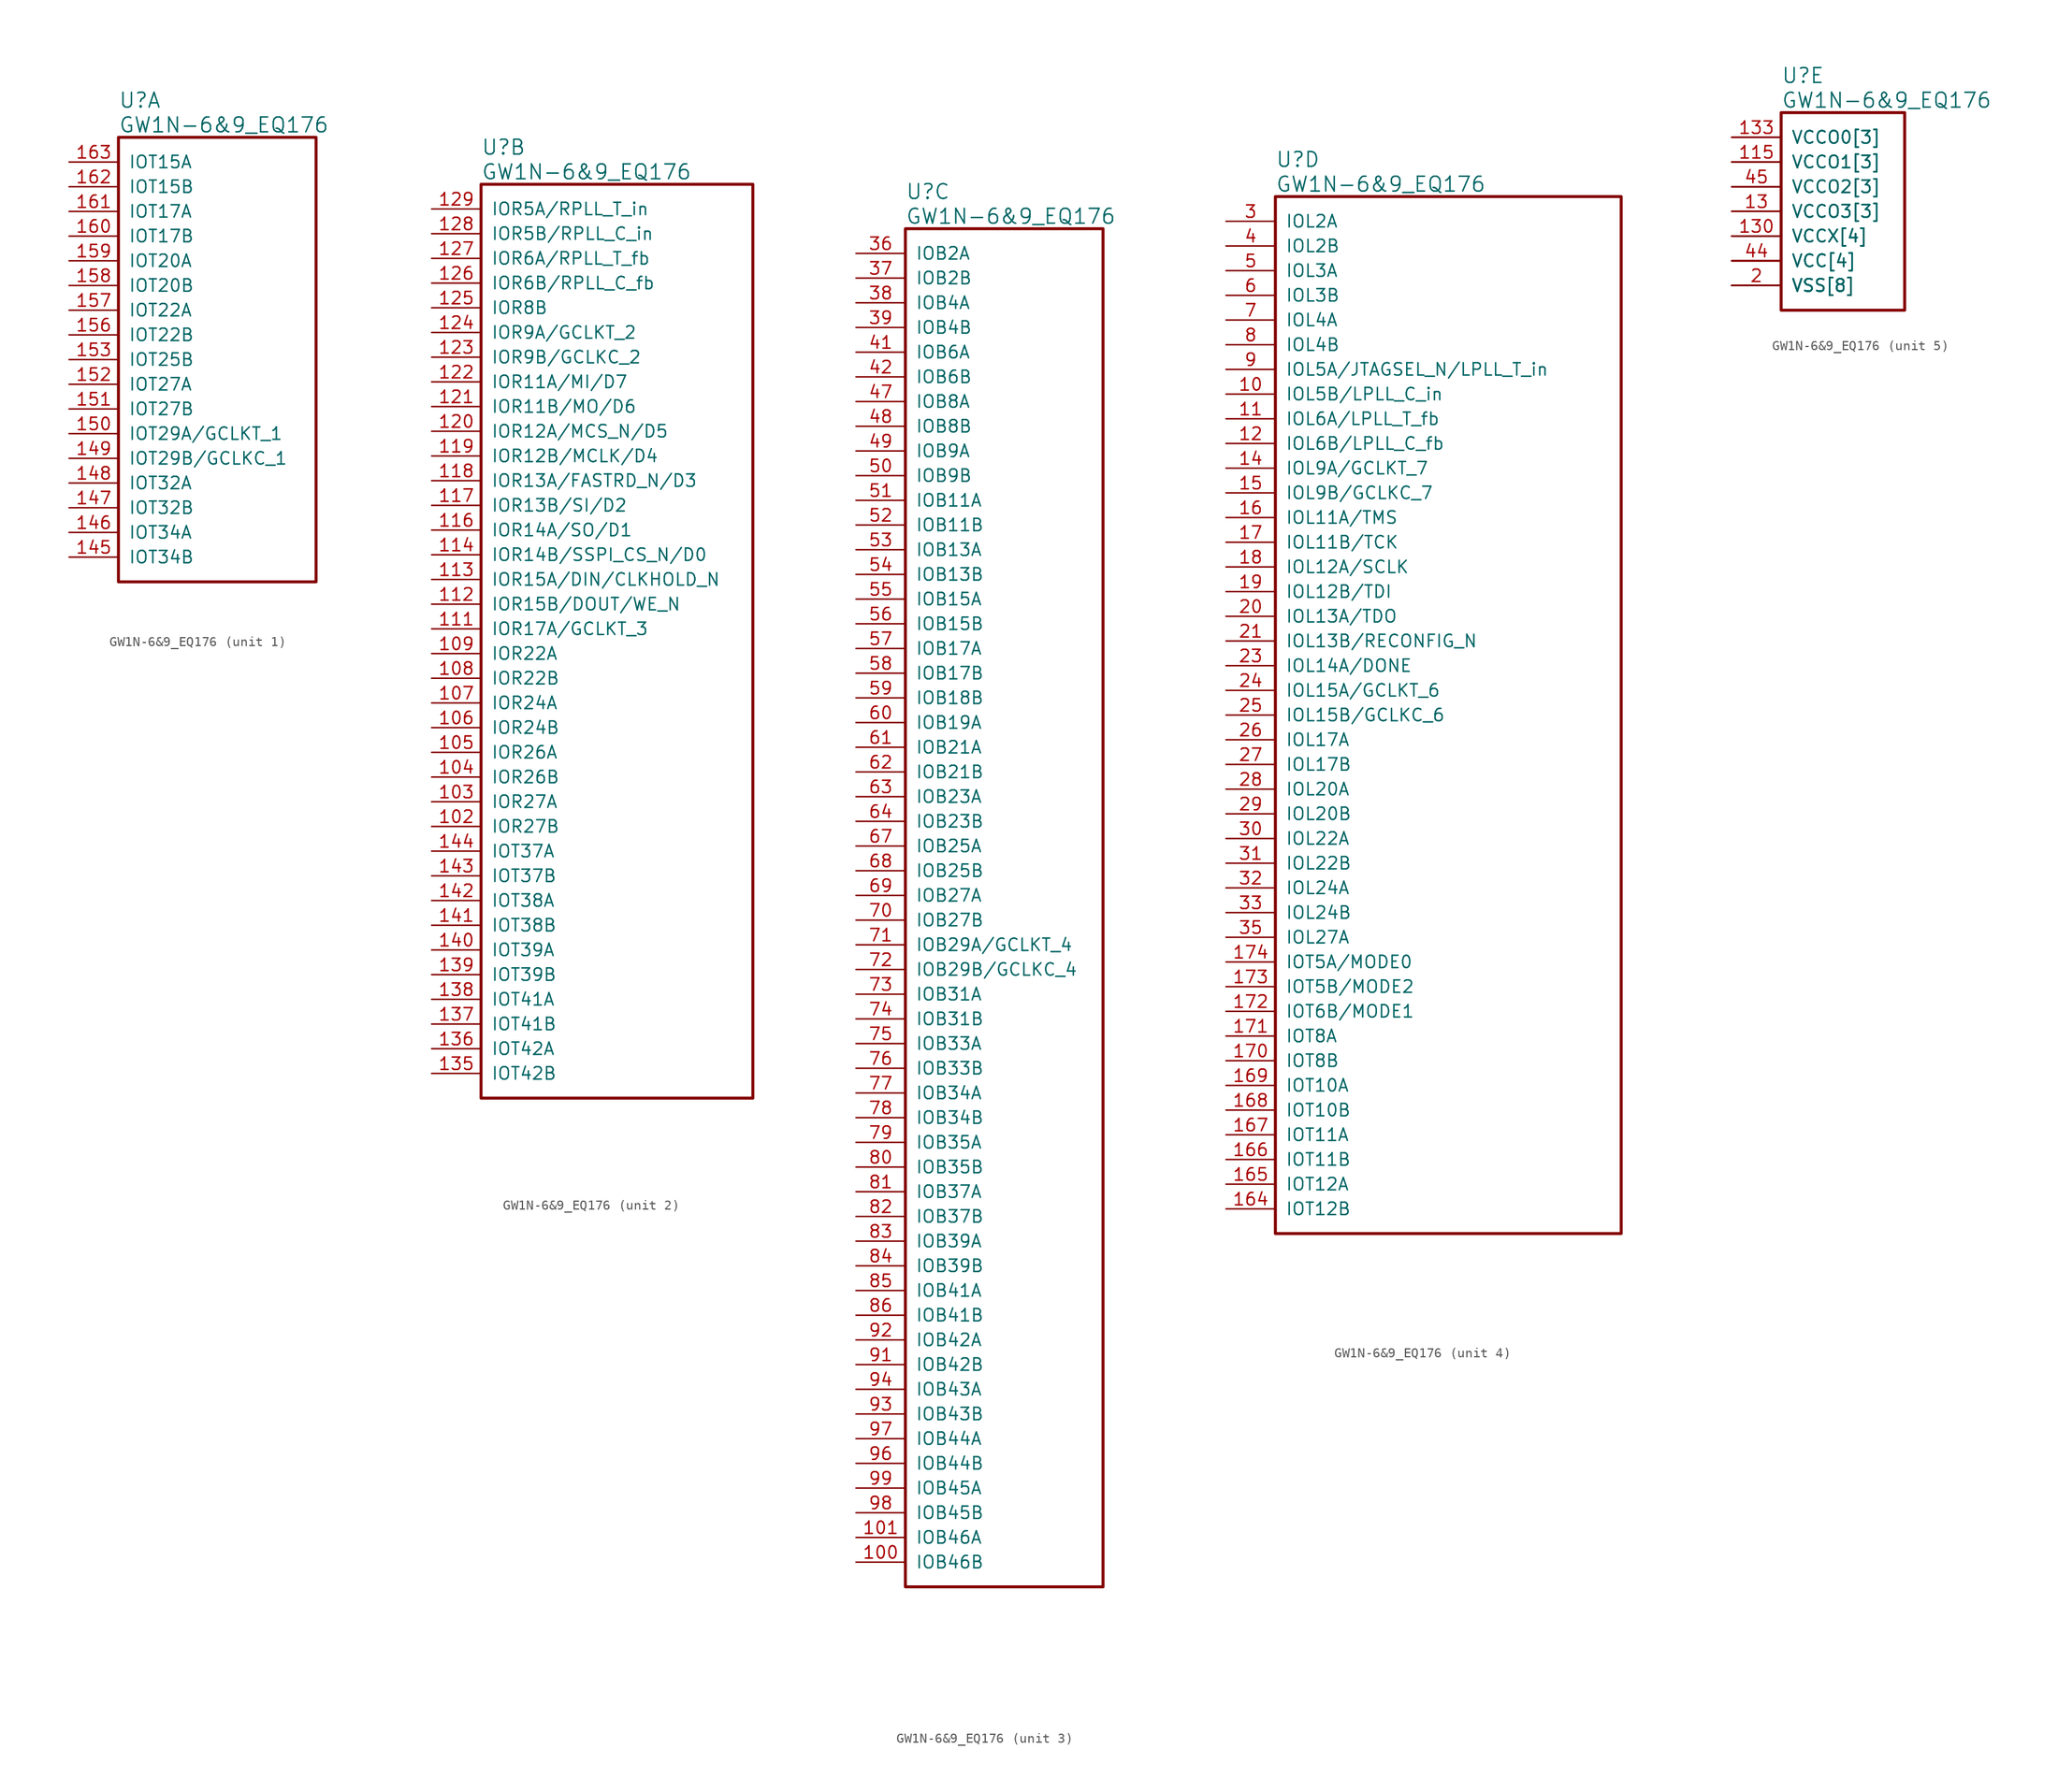
<source format=kicad_sym>
(kicad_symbol_lib
  (version 20220914)
  (generator kicad_symbol_editor)
  (symbol "GW1N-6&9_EQ176"
    (pin_names
      (offset 1.016))
    (property "Reference" "U"
      (at 5.08 6.35 0)
      (effects (font (size 1.524 1.524)) (justify left)))
    (property "Value" "GW1N-6&9_EQ176"
      (at 5.08 3.81 0)
      (effects (font (size 1.524 1.524)) (justify left)))
    (property "ki_locked" ""
      (at 0 0 0)
      (effects (font (size 1.27 1.27))))
    (symbol "GW1N-6&9_EQ176_1_1"
      (rectangle (start 5.08 2.54) (end 25.4 -43.18) (stroke (width 0.305) (type solid)) (fill (type none)))
      (pin bidirectional line (at 0 -40.64 0) (length 5.08) (name "IOT34B" (effects (font (size 1.27 1.27)))) (number "145" (effects (font (size 1.27 1.27)))))
      (pin bidirectional line (at 0 -38.1 0) (length 5.08) (name "IOT34A" (effects (font (size 1.27 1.27)))) (number "146" (effects (font (size 1.27 1.27)))))
      (pin bidirectional line (at 0 -35.56 0) (length 5.08) (name "IOT32B" (effects (font (size 1.27 1.27)))) (number "147" (effects (font (size 1.27 1.27)))))
      (pin bidirectional line (at 0 -33.02 0) (length 5.08) (name "IOT32A" (effects (font (size 1.27 1.27)))) (number "148" (effects (font (size 1.27 1.27)))))
      (pin bidirectional line (at 0 -30.48 0) (length 5.08) (name "IOT29B/GCLKC_1" (effects (font (size 1.27 1.27)))) (number "149" (effects (font (size 1.27 1.27)))))
      (pin bidirectional line (at 0 -27.94 0) (length 5.08) (name "IOT29A/GCLKT_1" (effects (font (size 1.27 1.27)))) (number "150" (effects (font (size 1.27 1.27)))))
      (pin bidirectional line (at 0 -25.4 0) (length 5.08) (name "IOT27B" (effects (font (size 1.27 1.27)))) (number "151" (effects (font (size 1.27 1.27)))))
      (pin bidirectional line (at 0 -22.86 0) (length 5.08) (name "IOT27A" (effects (font (size 1.27 1.27)))) (number "152" (effects (font (size 1.27 1.27)))))
      (pin bidirectional line (at 0 -20.32 0) (length 5.08) (name "IOT25B" (effects (font (size 1.27 1.27)))) (number "153" (effects (font (size 1.27 1.27)))))
      (pin bidirectional line (at 0 -17.78 0) (length 5.08) (name "IOT22B" (effects (font (size 1.27 1.27)))) (number "156" (effects (font (size 1.27 1.27)))))
      (pin bidirectional line (at 0 -15.24 0) (length 5.08) (name "IOT22A" (effects (font (size 1.27 1.27)))) (number "157" (effects (font (size 1.27 1.27)))))
      (pin bidirectional line (at 0 -12.7 0) (length 5.08) (name "IOT20B" (effects (font (size 1.27 1.27)))) (number "158" (effects (font (size 1.27 1.27)))))
      (pin bidirectional line (at 0 -10.16 0) (length 5.08) (name "IOT20A" (effects (font (size 1.27 1.27)))) (number "159" (effects (font (size 1.27 1.27)))))
      (pin bidirectional line (at 0 -7.62 0) (length 5.08) (name "IOT17B" (effects (font (size 1.27 1.27)))) (number "160" (effects (font (size 1.27 1.27)))))
      (pin bidirectional line (at 0 -5.08 0) (length 5.08) (name "IOT17A" (effects (font (size 1.27 1.27)))) (number "161" (effects (font (size 1.27 1.27)))))
      (pin bidirectional line (at 0 -2.54 0) (length 5.08) (name "IOT15B" (effects (font (size 1.27 1.27)))) (number "162" (effects (font (size 1.27 1.27)))))
      (pin bidirectional line (at 0 0 0) (length 5.08) (name "IOT15A" (effects (font (size 1.27 1.27)))) (number "163" (effects (font (size 1.27 1.27))))))
    (symbol "GW1N-6&9_EQ176_2_1"
      (rectangle (start 5.08 2.54) (end 33.02 -91.44) (stroke (width 0.305) (type solid)) (fill (type none)))
      (pin bidirectional line (at 0 -63.5 0) (length 5.08) (name "IOR27B" (effects (font (size 1.27 1.27)))) (number "102" (effects (font (size 1.27 1.27)))))
      (pin bidirectional line (at 0 -60.96 0) (length 5.08) (name "IOR27A" (effects (font (size 1.27 1.27)))) (number "103" (effects (font (size 1.27 1.27)))))
      (pin bidirectional line (at 0 -58.42 0) (length 5.08) (name "IOR26B" (effects (font (size 1.27 1.27)))) (number "104" (effects (font (size 1.27 1.27)))))
      (pin bidirectional line (at 0 -55.88 0) (length 5.08) (name "IOR26A" (effects (font (size 1.27 1.27)))) (number "105" (effects (font (size 1.27 1.27)))))
      (pin bidirectional line (at 0 -53.34 0) (length 5.08) (name "IOR24B" (effects (font (size 1.27 1.27)))) (number "106" (effects (font (size 1.27 1.27)))))
      (pin bidirectional line (at 0 -50.8 0) (length 5.08) (name "IOR24A" (effects (font (size 1.27 1.27)))) (number "107" (effects (font (size 1.27 1.27)))))
      (pin bidirectional line (at 0 -48.26 0) (length 5.08) (name "IOR22B" (effects (font (size 1.27 1.27)))) (number "108" (effects (font (size 1.27 1.27)))))
      (pin bidirectional line (at 0 -45.72 0) (length 5.08) (name "IOR22A" (effects (font (size 1.27 1.27)))) (number "109" (effects (font (size 1.27 1.27)))))
      (pin bidirectional line (at 0 -43.18 0) (length 5.08) (name "IOR17A/GCLKT_3" (effects (font (size 1.27 1.27)))) (number "111" (effects (font (size 1.27 1.27)))))
      (pin bidirectional line (at 0 -40.64 0) (length 5.08) (name "IOR15B/DOUT/WE_N" (effects (font (size 1.27 1.27)))) (number "112" (effects (font (size 1.27 1.27)))))
      (pin bidirectional line (at 0 -38.1 0) (length 5.08) (name "IOR15A/DIN/CLKHOLD_N" (effects (font (size 1.27 1.27)))) (number "113" (effects (font (size 1.27 1.27)))))
      (pin bidirectional line (at 0 -35.56 0) (length 5.08) (name "IOR14B/SSPI_CS_N/D0" (effects (font (size 1.27 1.27)))) (number "114" (effects (font (size 1.27 1.27)))))
      (pin bidirectional line (at 0 -33.02 0) (length 5.08) (name "IOR14A/SO/D1" (effects (font (size 1.27 1.27)))) (number "116" (effects (font (size 1.27 1.27)))))
      (pin bidirectional line (at 0 -30.48 0) (length 5.08) (name "IOR13B/SI/D2" (effects (font (size 1.27 1.27)))) (number "117" (effects (font (size 1.27 1.27)))))
      (pin bidirectional line (at 0 -27.94 0) (length 5.08) (name "IOR13A/FASTRD_N/D3" (effects (font (size 1.27 1.27)))) (number "118" (effects (font (size 1.27 1.27)))))
      (pin bidirectional line (at 0 -25.4 0) (length 5.08) (name "IOR12B/MCLK/D4" (effects (font (size 1.27 1.27)))) (number "119" (effects (font (size 1.27 1.27)))))
      (pin bidirectional line (at 0 -22.86 0) (length 5.08) (name "IOR12A/MCS_N/D5" (effects (font (size 1.27 1.27)))) (number "120" (effects (font (size 1.27 1.27)))))
      (pin bidirectional line (at 0 -20.32 0) (length 5.08) (name "IOR11B/MO/D6" (effects (font (size 1.27 1.27)))) (number "121" (effects (font (size 1.27 1.27)))))
      (pin bidirectional line (at 0 -17.78 0) (length 5.08) (name "IOR11A/MI/D7" (effects (font (size 1.27 1.27)))) (number "122" (effects (font (size 1.27 1.27)))))
      (pin bidirectional line (at 0 -15.24 0) (length 5.08) (name "IOR9B/GCLKC_2" (effects (font (size 1.27 1.27)))) (number "123" (effects (font (size 1.27 1.27)))))
      (pin bidirectional line (at 0 -12.7 0) (length 5.08) (name "IOR9A/GCLKT_2" (effects (font (size 1.27 1.27)))) (number "124" (effects (font (size 1.27 1.27)))))
      (pin bidirectional line (at 0 -10.16 0) (length 5.08) (name "IOR8B" (effects (font (size 1.27 1.27)))) (number "125" (effects (font (size 1.27 1.27)))))
      (pin bidirectional line (at 0 -7.62 0) (length 5.08) (name "IOR6B/RPLL_C_fb" (effects (font (size 1.27 1.27)))) (number "126" (effects (font (size 1.27 1.27)))))
      (pin bidirectional line (at 0 -5.08 0) (length 5.08) (name "IOR6A/RPLL_T_fb" (effects (font (size 1.27 1.27)))) (number "127" (effects (font (size 1.27 1.27)))))
      (pin bidirectional line (at 0 -2.54 0) (length 5.08) (name "IOR5B/RPLL_C_in" (effects (font (size 1.27 1.27)))) (number "128" (effects (font (size 1.27 1.27)))))
      (pin bidirectional line (at 0 0 0) (length 5.08) (name "IOR5A/RPLL_T_in" (effects (font (size 1.27 1.27)))) (number "129" (effects (font (size 1.27 1.27)))))
      (pin bidirectional line (at 0 -88.9 0) (length 5.08) (name "IOT42B" (effects (font (size 1.27 1.27)))) (number "135" (effects (font (size 1.27 1.27)))))
      (pin bidirectional line (at 0 -86.36 0) (length 5.08) (name "IOT42A" (effects (font (size 1.27 1.27)))) (number "136" (effects (font (size 1.27 1.27)))))
      (pin bidirectional line (at 0 -83.82 0) (length 5.08) (name "IOT41B" (effects (font (size 1.27 1.27)))) (number "137" (effects (font (size 1.27 1.27)))))
      (pin bidirectional line (at 0 -81.28 0) (length 5.08) (name "IOT41A" (effects (font (size 1.27 1.27)))) (number "138" (effects (font (size 1.27 1.27)))))
      (pin bidirectional line (at 0 -78.74 0) (length 5.08) (name "IOT39B" (effects (font (size 1.27 1.27)))) (number "139" (effects (font (size 1.27 1.27)))))
      (pin bidirectional line (at 0 -76.2 0) (length 5.08) (name "IOT39A" (effects (font (size 1.27 1.27)))) (number "140" (effects (font (size 1.27 1.27)))))
      (pin bidirectional line (at 0 -73.66 0) (length 5.08) (name "IOT38B" (effects (font (size 1.27 1.27)))) (number "141" (effects (font (size 1.27 1.27)))))
      (pin bidirectional line (at 0 -71.12 0) (length 5.08) (name "IOT38A" (effects (font (size 1.27 1.27)))) (number "142" (effects (font (size 1.27 1.27)))))
      (pin bidirectional line (at 0 -68.58 0) (length 5.08) (name "IOT37B" (effects (font (size 1.27 1.27)))) (number "143" (effects (font (size 1.27 1.27)))))
      (pin bidirectional line (at 0 -66.04 0) (length 5.08) (name "IOT37A" (effects (font (size 1.27 1.27)))) (number "144" (effects (font (size 1.27 1.27))))))
    (symbol "GW1N-6&9_EQ176_3_1"
      (rectangle (start 5.08 2.54) (end 25.4 -137.16) (stroke (width 0.305) (type solid)) (fill (type none)))
      (pin bidirectional line (at 0 -134.62 0) (length 5.08) (name "IOB46B" (effects (font (size 1.27 1.27)))) (number "100" (effects (font (size 1.27 1.27)))))
      (pin bidirectional line (at 0 -132.08 0) (length 5.08) (name "IOB46A" (effects (font (size 1.27 1.27)))) (number "101" (effects (font (size 1.27 1.27)))))
      (pin bidirectional line (at 0 0 0) (length 5.08) (name "IOB2A" (effects (font (size 1.27 1.27)))) (number "36" (effects (font (size 1.27 1.27)))))
      (pin bidirectional line (at 0 -2.54 0) (length 5.08) (name "IOB2B" (effects (font (size 1.27 1.27)))) (number "37" (effects (font (size 1.27 1.27)))))
      (pin bidirectional line (at 0 -5.08 0) (length 5.08) (name "IOB4A" (effects (font (size 1.27 1.27)))) (number "38" (effects (font (size 1.27 1.27)))))
      (pin bidirectional line (at 0 -7.62 0) (length 5.08) (name "IOB4B" (effects (font (size 1.27 1.27)))) (number "39" (effects (font (size 1.27 1.27)))))
      (pin bidirectional line (at 0 -10.16 0) (length 5.08) (name "IOB6A" (effects (font (size 1.27 1.27)))) (number "41" (effects (font (size 1.27 1.27)))))
      (pin bidirectional line (at 0 -12.7 0) (length 5.08) (name "IOB6B" (effects (font (size 1.27 1.27)))) (number "42" (effects (font (size 1.27 1.27)))))
      (pin bidirectional line (at 0 -15.24 0) (length 5.08) (name "IOB8A" (effects (font (size 1.27 1.27)))) (number "47" (effects (font (size 1.27 1.27)))))
      (pin bidirectional line (at 0 -17.78 0) (length 5.08) (name "IOB8B" (effects (font (size 1.27 1.27)))) (number "48" (effects (font (size 1.27 1.27)))))
      (pin bidirectional line (at 0 -20.32 0) (length 5.08) (name "IOB9A" (effects (font (size 1.27 1.27)))) (number "49" (effects (font (size 1.27 1.27)))))
      (pin bidirectional line (at 0 -22.86 0) (length 5.08) (name "IOB9B" (effects (font (size 1.27 1.27)))) (number "50" (effects (font (size 1.27 1.27)))))
      (pin bidirectional line (at 0 -25.4 0) (length 5.08) (name "IOB11A" (effects (font (size 1.27 1.27)))) (number "51" (effects (font (size 1.27 1.27)))))
      (pin bidirectional line (at 0 -27.94 0) (length 5.08) (name "IOB11B" (effects (font (size 1.27 1.27)))) (number "52" (effects (font (size 1.27 1.27)))))
      (pin bidirectional line (at 0 -30.48 0) (length 5.08) (name "IOB13A" (effects (font (size 1.27 1.27)))) (number "53" (effects (font (size 1.27 1.27)))))
      (pin bidirectional line (at 0 -33.02 0) (length 5.08) (name "IOB13B" (effects (font (size 1.27 1.27)))) (number "54" (effects (font (size 1.27 1.27)))))
      (pin bidirectional line (at 0 -35.56 0) (length 5.08) (name "IOB15A" (effects (font (size 1.27 1.27)))) (number "55" (effects (font (size 1.27 1.27)))))
      (pin bidirectional line (at 0 -38.1 0) (length 5.08) (name "IOB15B" (effects (font (size 1.27 1.27)))) (number "56" (effects (font (size 1.27 1.27)))))
      (pin bidirectional line (at 0 -40.64 0) (length 5.08) (name "IOB17A" (effects (font (size 1.27 1.27)))) (number "57" (effects (font (size 1.27 1.27)))))
      (pin bidirectional line (at 0 -43.18 0) (length 5.08) (name "IOB17B" (effects (font (size 1.27 1.27)))) (number "58" (effects (font (size 1.27 1.27)))))
      (pin bidirectional line (at 0 -45.72 0) (length 5.08) (name "IOB18B" (effects (font (size 1.27 1.27)))) (number "59" (effects (font (size 1.27 1.27)))))
      (pin bidirectional line (at 0 -48.26 0) (length 5.08) (name "IOB19A" (effects (font (size 1.27 1.27)))) (number "60" (effects (font (size 1.27 1.27)))))
      (pin bidirectional line (at 0 -50.8 0) (length 5.08) (name "IOB21A" (effects (font (size 1.27 1.27)))) (number "61" (effects (font (size 1.27 1.27)))))
      (pin bidirectional line (at 0 -53.34 0) (length 5.08) (name "IOB21B" (effects (font (size 1.27 1.27)))) (number "62" (effects (font (size 1.27 1.27)))))
      (pin bidirectional line (at 0 -55.88 0) (length 5.08) (name "IOB23A" (effects (font (size 1.27 1.27)))) (number "63" (effects (font (size 1.27 1.27)))))
      (pin bidirectional line (at 0 -58.42 0) (length 5.08) (name "IOB23B" (effects (font (size 1.27 1.27)))) (number "64" (effects (font (size 1.27 1.27)))))
      (pin bidirectional line (at 0 -60.96 0) (length 5.08) (name "IOB25A" (effects (font (size 1.27 1.27)))) (number "67" (effects (font (size 1.27 1.27)))))
      (pin bidirectional line (at 0 -63.5 0) (length 5.08) (name "IOB25B" (effects (font (size 1.27 1.27)))) (number "68" (effects (font (size 1.27 1.27)))))
      (pin bidirectional line (at 0 -66.04 0) (length 5.08) (name "IOB27A" (effects (font (size 1.27 1.27)))) (number "69" (effects (font (size 1.27 1.27)))))
      (pin bidirectional line (at 0 -68.58 0) (length 5.08) (name "IOB27B" (effects (font (size 1.27 1.27)))) (number "70" (effects (font (size 1.27 1.27)))))
      (pin bidirectional line (at 0 -71.12 0) (length 5.08) (name "IOB29A/GCLKT_4" (effects (font (size 1.27 1.27)))) (number "71" (effects (font (size 1.27 1.27)))))
      (pin bidirectional line (at 0 -73.66 0) (length 5.08) (name "IOB29B/GCLKC_4" (effects (font (size 1.27 1.27)))) (number "72" (effects (font (size 1.27 1.27)))))
      (pin bidirectional line (at 0 -76.2 0) (length 5.08) (name "IOB31A" (effects (font (size 1.27 1.27)))) (number "73" (effects (font (size 1.27 1.27)))))
      (pin bidirectional line (at 0 -78.74 0) (length 5.08) (name "IOB31B" (effects (font (size 1.27 1.27)))) (number "74" (effects (font (size 1.27 1.27)))))
      (pin bidirectional line (at 0 -81.28 0) (length 5.08) (name "IOB33A" (effects (font (size 1.27 1.27)))) (number "75" (effects (font (size 1.27 1.27)))))
      (pin bidirectional line (at 0 -83.82 0) (length 5.08) (name "IOB33B" (effects (font (size 1.27 1.27)))) (number "76" (effects (font (size 1.27 1.27)))))
      (pin bidirectional line (at 0 -86.36 0) (length 5.08) (name "IOB34A" (effects (font (size 1.27 1.27)))) (number "77" (effects (font (size 1.27 1.27)))))
      (pin bidirectional line (at 0 -88.9 0) (length 5.08) (name "IOB34B" (effects (font (size 1.27 1.27)))) (number "78" (effects (font (size 1.27 1.27)))))
      (pin bidirectional line (at 0 -91.44 0) (length 5.08) (name "IOB35A" (effects (font (size 1.27 1.27)))) (number "79" (effects (font (size 1.27 1.27)))))
      (pin bidirectional line (at 0 -93.98 0) (length 5.08) (name "IOB35B" (effects (font (size 1.27 1.27)))) (number "80" (effects (font (size 1.27 1.27)))))
      (pin bidirectional line (at 0 -96.52 0) (length 5.08) (name "IOB37A" (effects (font (size 1.27 1.27)))) (number "81" (effects (font (size 1.27 1.27)))))
      (pin bidirectional line (at 0 -99.06 0) (length 5.08) (name "IOB37B" (effects (font (size 1.27 1.27)))) (number "82" (effects (font (size 1.27 1.27)))))
      (pin bidirectional line (at 0 -101.6 0) (length 5.08) (name "IOB39A" (effects (font (size 1.27 1.27)))) (number "83" (effects (font (size 1.27 1.27)))))
      (pin bidirectional line (at 0 -104.14 0) (length 5.08) (name "IOB39B" (effects (font (size 1.27 1.27)))) (number "84" (effects (font (size 1.27 1.27)))))
      (pin bidirectional line (at 0 -106.68 0) (length 5.08) (name "IOB41A" (effects (font (size 1.27 1.27)))) (number "85" (effects (font (size 1.27 1.27)))))
      (pin bidirectional line (at 0 -109.22 0) (length 5.08) (name "IOB41B" (effects (font (size 1.27 1.27)))) (number "86" (effects (font (size 1.27 1.27)))))
      (pin bidirectional line (at 0 -114.3 0) (length 5.08) (name "IOB42B" (effects (font (size 1.27 1.27)))) (number "91" (effects (font (size 1.27 1.27)))))
      (pin bidirectional line (at 0 -111.76 0) (length 5.08) (name "IOB42A" (effects (font (size 1.27 1.27)))) (number "92" (effects (font (size 1.27 1.27)))))
      (pin bidirectional line (at 0 -119.38 0) (length 5.08) (name "IOB43B" (effects (font (size 1.27 1.27)))) (number "93" (effects (font (size 1.27 1.27)))))
      (pin bidirectional line (at 0 -116.84 0) (length 5.08) (name "IOB43A" (effects (font (size 1.27 1.27)))) (number "94" (effects (font (size 1.27 1.27)))))
      (pin bidirectional line (at 0 -124.46 0) (length 5.08) (name "IOB44B" (effects (font (size 1.27 1.27)))) (number "96" (effects (font (size 1.27 1.27)))))
      (pin bidirectional line (at 0 -121.92 0) (length 5.08) (name "IOB44A" (effects (font (size 1.27 1.27)))) (number "97" (effects (font (size 1.27 1.27)))))
      (pin bidirectional line (at 0 -129.54 0) (length 5.08) (name "IOB45B" (effects (font (size 1.27 1.27)))) (number "98" (effects (font (size 1.27 1.27)))))
      (pin bidirectional line (at 0 -127 0) (length 5.08) (name "IOB45A" (effects (font (size 1.27 1.27)))) (number "99" (effects (font (size 1.27 1.27))))))
    (symbol "GW1N-6&9_EQ176_4_1"
      (rectangle (start 5.08 2.54) (end 40.64 -104.14) (stroke (width 0.305) (type solid)) (fill (type none)))
      (pin bidirectional line (at 0 -17.78 0) (length 5.08) (name "IOL5B/LPLL_C_in" (effects (font (size 1.27 1.27)))) (number "10" (effects (font (size 1.27 1.27)))))
      (pin bidirectional line (at 0 -20.32 0) (length 5.08) (name "IOL6A/LPLL_T_fb" (effects (font (size 1.27 1.27)))) (number "11" (effects (font (size 1.27 1.27)))))
      (pin bidirectional line (at 0 -22.86 0) (length 5.08) (name "IOL6B/LPLL_C_fb" (effects (font (size 1.27 1.27)))) (number "12" (effects (font (size 1.27 1.27)))))
      (pin bidirectional line (at 0 -25.4 0) (length 5.08) (name "IOL9A/GCLKT_7" (effects (font (size 1.27 1.27)))) (number "14" (effects (font (size 1.27 1.27)))))
      (pin bidirectional line (at 0 -27.94 0) (length 5.08) (name "IOL9B/GCLKC_7" (effects (font (size 1.27 1.27)))) (number "15" (effects (font (size 1.27 1.27)))))
      (pin bidirectional line (at 0 -30.48 0) (length 5.08) (name "IOL11A/TMS" (effects (font (size 1.27 1.27)))) (number "16" (effects (font (size 1.27 1.27)))))
      (pin bidirectional line (at 0 -101.6 0) (length 5.08) (name "IOT12B" (effects (font (size 1.27 1.27)))) (number "164" (effects (font (size 1.27 1.27)))))
      (pin bidirectional line (at 0 -99.06 0) (length 5.08) (name "IOT12A" (effects (font (size 1.27 1.27)))) (number "165" (effects (font (size 1.27 1.27)))))
      (pin bidirectional line (at 0 -96.52 0) (length 5.08) (name "IOT11B" (effects (font (size 1.27 1.27)))) (number "166" (effects (font (size 1.27 1.27)))))
      (pin bidirectional line (at 0 -93.98 0) (length 5.08) (name "IOT11A" (effects (font (size 1.27 1.27)))) (number "167" (effects (font (size 1.27 1.27)))))
      (pin bidirectional line (at 0 -91.44 0) (length 5.08) (name "IOT10B" (effects (font (size 1.27 1.27)))) (number "168" (effects (font (size 1.27 1.27)))))
      (pin bidirectional line (at 0 -88.9 0) (length 5.08) (name "IOT10A" (effects (font (size 1.27 1.27)))) (number "169" (effects (font (size 1.27 1.27)))))
      (pin bidirectional line (at 0 -33.02 0) (length 5.08) (name "IOL11B/TCK" (effects (font (size 1.27 1.27)))) (number "17" (effects (font (size 1.27 1.27)))))
      (pin bidirectional line (at 0 -86.36 0) (length 5.08) (name "IOT8B" (effects (font (size 1.27 1.27)))) (number "170" (effects (font (size 1.27 1.27)))))
      (pin bidirectional line (at 0 -83.82 0) (length 5.08) (name "IOT8A" (effects (font (size 1.27 1.27)))) (number "171" (effects (font (size 1.27 1.27)))))
      (pin bidirectional line (at 0 -81.28 0) (length 5.08) (name "IOT6B/MODE1" (effects (font (size 1.27 1.27)))) (number "172" (effects (font (size 1.27 1.27)))))
      (pin bidirectional line (at 0 -78.74 0) (length 5.08) (name "IOT5B/MODE2" (effects (font (size 1.27 1.27)))) (number "173" (effects (font (size 1.27 1.27)))))
      (pin bidirectional line (at 0 -76.2 0) (length 5.08) (name "IOT5A/MODE0" (effects (font (size 1.27 1.27)))) (number "174" (effects (font (size 1.27 1.27)))))
      (pin bidirectional line (at 0 -35.56 0) (length 5.08) (name "IOL12A/SCLK" (effects (font (size 1.27 1.27)))) (number "18" (effects (font (size 1.27 1.27)))))
      (pin bidirectional line (at 0 -38.1 0) (length 5.08) (name "IOL12B/TDI" (effects (font (size 1.27 1.27)))) (number "19" (effects (font (size 1.27 1.27)))))
      (pin bidirectional line (at 0 -40.64 0) (length 5.08) (name "IOL13A/TDO" (effects (font (size 1.27 1.27)))) (number "20" (effects (font (size 1.27 1.27)))))
      (pin bidirectional line (at 0 -43.18 0) (length 5.08) (name "IOL13B/RECONFIG_N" (effects (font (size 1.27 1.27)))) (number "21" (effects (font (size 1.27 1.27)))))
      (pin bidirectional line (at 0 -45.72 0) (length 5.08) (name "IOL14A/DONE" (effects (font (size 1.27 1.27)))) (number "23" (effects (font (size 1.27 1.27)))))
      (pin bidirectional line (at 0 -48.26 0) (length 5.08) (name "IOL15A/GCLKT_6" (effects (font (size 1.27 1.27)))) (number "24" (effects (font (size 1.27 1.27)))))
      (pin bidirectional line (at 0 -50.8 0) (length 5.08) (name "IOL15B/GCLKC_6" (effects (font (size 1.27 1.27)))) (number "25" (effects (font (size 1.27 1.27)))))
      (pin bidirectional line (at 0 -53.34 0) (length 5.08) (name "IOL17A" (effects (font (size 1.27 1.27)))) (number "26" (effects (font (size 1.27 1.27)))))
      (pin bidirectional line (at 0 -55.88 0) (length 5.08) (name "IOL17B" (effects (font (size 1.27 1.27)))) (number "27" (effects (font (size 1.27 1.27)))))
      (pin bidirectional line (at 0 -58.42 0) (length 5.08) (name "IOL20A" (effects (font (size 1.27 1.27)))) (number "28" (effects (font (size 1.27 1.27)))))
      (pin bidirectional line (at 0 -60.96 0) (length 5.08) (name "IOL20B" (effects (font (size 1.27 1.27)))) (number "29" (effects (font (size 1.27 1.27)))))
      (pin bidirectional line (at 0 0 0) (length 5.08) (name "IOL2A" (effects (font (size 1.27 1.27)))) (number "3" (effects (font (size 1.27 1.27)))))
      (pin bidirectional line (at 0 -63.5 0) (length 5.08) (name "IOL22A" (effects (font (size 1.27 1.27)))) (number "30" (effects (font (size 1.27 1.27)))))
      (pin bidirectional line (at 0 -66.04 0) (length 5.08) (name "IOL22B" (effects (font (size 1.27 1.27)))) (number "31" (effects (font (size 1.27 1.27)))))
      (pin bidirectional line (at 0 -68.58 0) (length 5.08) (name "IOL24A" (effects (font (size 1.27 1.27)))) (number "32" (effects (font (size 1.27 1.27)))))
      (pin bidirectional line (at 0 -71.12 0) (length 5.08) (name "IOL24B" (effects (font (size 1.27 1.27)))) (number "33" (effects (font (size 1.27 1.27)))))
      (pin bidirectional line (at 0 -73.66 0) (length 5.08) (name "IOL27A" (effects (font (size 1.27 1.27)))) (number "35" (effects (font (size 1.27 1.27)))))
      (pin bidirectional line (at 0 -2.54 0) (length 5.08) (name "IOL2B" (effects (font (size 1.27 1.27)))) (number "4" (effects (font (size 1.27 1.27)))))
      (pin bidirectional line (at 0 -5.08 0) (length 5.08) (name "IOL3A" (effects (font (size 1.27 1.27)))) (number "5" (effects (font (size 1.27 1.27)))))
      (pin bidirectional line (at 0 -7.62 0) (length 5.08) (name "IOL3B" (effects (font (size 1.27 1.27)))) (number "6" (effects (font (size 1.27 1.27)))))
      (pin bidirectional line (at 0 -10.16 0) (length 5.08) (name "IOL4A" (effects (font (size 1.27 1.27)))) (number "7" (effects (font (size 1.27 1.27)))))
      (pin bidirectional line (at 0 -12.7 0) (length 5.08) (name "IOL4B" (effects (font (size 1.27 1.27)))) (number "8" (effects (font (size 1.27 1.27)))))
      (pin bidirectional line (at 0 -15.24 0) (length 5.08) (name "IOL5A/JTAGSEL_N/LPLL_T_in" (effects (font (size 1.27 1.27)))) (number "9" (effects (font (size 1.27 1.27))))))
    (symbol "GW1N-6&9_EQ176_5_1"
      (rectangle (start 5.08 2.54) (end 17.78 -17.78) (stroke (width 0.305) (type solid)) (fill (type none)))
      (pin power_in line (at 0 -12.7 0) (length 5.08) (name "VCC[4]" (effects (font (size 1.27 1.27)))) (number "1" (effects (font (size 0 0)))))
      (pin power_in line (at 0 -2.54 0) (length 5.08) (name "VCCO1[3]" (effects (font (size 1.27 1.27)))) (number "110" (effects (font (size 0 0)))))
      (pin power_in line (at 0 -2.54 0) (length 5.08) (name "VCCO1[3]" (effects (font (size 1.27 1.27)))) (number "115" (effects (font (size 1.27 1.27)))))
      (pin power_in line (at 0 -7.62 0) (length 5.08) (name "VCCO3[3]" (effects (font (size 1.27 1.27)))) (number "13" (effects (font (size 1.27 1.27)))))
      (pin power_in line (at 0 -10.16 0) (length 5.08) (name "VCCX[4]" (effects (font (size 1.27 1.27)))) (number "130" (effects (font (size 1.27 1.27)))))
      (pin power_in line (at 0 -15.24 0) (length 5.08) (name "VSS[8]" (effects (font (size 1.27 1.27)))) (number "131" (effects (font (size 0 0)))))
      (pin power_in line (at 0 -12.7 0) (length 5.08) (name "VCC[4]" (effects (font (size 1.27 1.27)))) (number "132" (effects (font (size 0 0)))))
      (pin power_in line (at 0 0 0) (length 5.08) (name "VCCO0[3]" (effects (font (size 1.27 1.27)))) (number "133" (effects (font (size 1.27 1.27)))))
      (pin power_in line (at 0 -15.24 0) (length 5.08) (name "VSS[8]" (effects (font (size 1.27 1.27)))) (number "134" (effects (font (size 0 0)))))
      (pin power_in line (at 0 -10.16 0) (length 5.08) (name "VCCX[4]" (effects (font (size 1.27 1.27)))) (number "154" (effects (font (size 0 0)))))
      (pin power_in line (at 0 0 0) (length 5.08) (name "VCCO0[3]" (effects (font (size 1.27 1.27)))) (number "155" (effects (font (size 0 0)))))
      (pin power_in line (at 0 -15.24 0) (length 5.08) (name "VSS[8]" (effects (font (size 1.27 1.27)))) (number "175" (effects (font (size 0 0)))))
      (pin power_in line (at 0 0 0) (length 5.08) (name "VCCO0[3]" (effects (font (size 1.27 1.27)))) (number "176" (effects (font (size 0 0)))))
      (pin power_in line (at 0 -15.24 0) (length 5.08) (name "VSS[8]" (effects (font (size 1.27 1.27)))) (number "2" (effects (font (size 1.27 1.27)))))
      (pin power_in line (at 0 -7.62 0) (length 5.08) (name "VCCO3[3]" (effects (font (size 1.27 1.27)))) (number "22" (effects (font (size 0 0)))))
      (pin power_in line (at 0 -7.62 0) (length 5.08) (name "VCCO3[3]" (effects (font (size 1.27 1.27)))) (number "34" (effects (font (size 0 0)))))
      (pin power_in line (at 0 -10.16 0) (length 5.08) (name "VCCX[4]" (effects (font (size 1.27 1.27)))) (number "40" (effects (font (size 0 0)))))
      (pin power_in line (at 0 -15.24 0) (length 5.08) (name "VSS[8]" (effects (font (size 1.27 1.27)))) (number "43" (effects (font (size 0 0)))))
      (pin power_in line (at 0 -12.7 0) (length 5.08) (name "VCC[4]" (effects (font (size 1.27 1.27)))) (number "44" (effects (font (size 1.27 1.27)))))
      (pin power_in line (at 0 -5.08 0) (length 5.08) (name "VCCO2[3]" (effects (font (size 1.27 1.27)))) (number "45" (effects (font (size 1.27 1.27)))))
      (pin power_in line (at 0 -15.24 0) (length 5.08) (name "VSS[8]" (effects (font (size 1.27 1.27)))) (number "46" (effects (font (size 0 0)))))
      (pin power_in line (at 0 -5.08 0) (length 5.08) (name "VCCO2[3]" (effects (font (size 1.27 1.27)))) (number "65" (effects (font (size 0 0)))))
      (pin power_in line (at 0 -10.16 0) (length 5.08) (name "VCCX[4]" (effects (font (size 1.27 1.27)))) (number "66" (effects (font (size 0 0)))))
      (pin power_in line (at 0 -15.24 0) (length 5.08) (name "VSS[8]" (effects (font (size 1.27 1.27)))) (number "87" (effects (font (size 0 0)))))
      (pin power_in line (at 0 -5.08 0) (length 5.08) (name "VCCO2[3]" (effects (font (size 1.27 1.27)))) (number "88" (effects (font (size 0 0)))))
      (pin power_in line (at 0 -12.7 0) (length 5.08) (name "VCC[4]" (effects (font (size 1.27 1.27)))) (number "89" (effects (font (size 0 0)))))
      (pin power_in line (at 0 -15.24 0) (length 5.08) (name "VSS[8]" (effects (font (size 1.27 1.27)))) (number "90" (effects (font (size 0 0)))))
      (pin power_in line (at 0 -2.54 0) (length 5.08) (name "VCCO1[3]" (effects (font (size 1.27 1.27)))) (number "95" (effects (font (size 0 0))))))))
</source>
